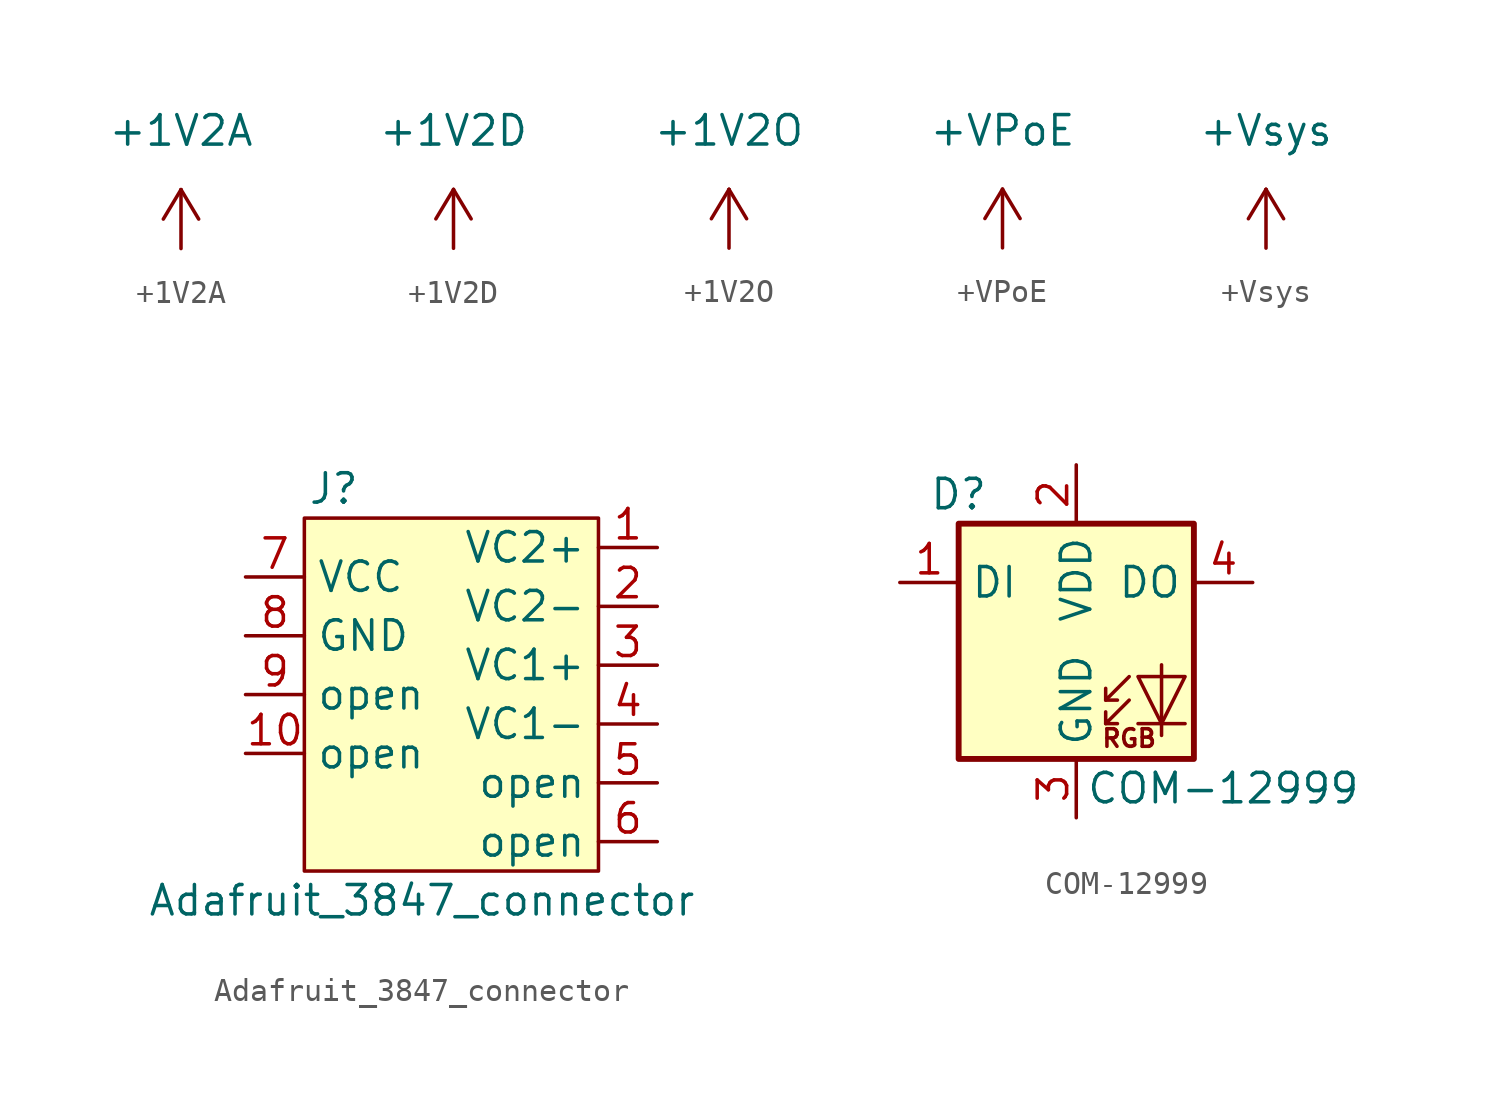
<source format=kicad_sym>
(kicad_symbol_lib
  (version 20211014)
  (generator kicad_symbol_editor)
  (symbol "+1V2A"
    (power)
    (property "Reference" "U"
      (at 2.54 1.27 0)
      (effects (font (size 1.27 1.27)) hide))
    (property "Value" "+1V2A"
      (at 0 5.08 0)
      (effects (font (size 1.27 1.27))))
    (symbol "+1V2A_0_1"
      (polyline (pts (xy 0 0) (xy 0 2.54)) (stroke (width 0) (type default) (color 0 0 0 0)) (fill (type none)))
      (polyline (pts (xy 0 2.54) (xy -0.762 1.27)) (stroke (width 0) (type default) (color 0 0 0 0)) (fill (type none)))
      (polyline (pts (xy 0 2.54) (xy 0.762 1.27)) (stroke (width 0) (type default) (color 0 0 0 0)) (fill (type none))))
    (symbol "+1V2A_1_1"
      (pin power_out line (at 0 0 90) (length 0) hide (name "+1V2A" (effects (font (size 1.27 1.27)))) (number "" (effects (font (size 1.27 1.27)))))))
  (symbol "+1V2D"
    (power)
    (property "Reference" "U"
      (at 2.54 1.27 0)
      (effects (font (size 1.27 1.27)) hide))
    (property "Value" "+1V2D"
      (at 0 5.08 0)
      (effects (font (size 1.27 1.27))))
    (symbol "+1V2D_0_1"
      (polyline (pts (xy 0 0) (xy 0 2.54)) (stroke (width 0) (type default) (color 0 0 0 0)) (fill (type none)))
      (polyline (pts (xy 0 2.54) (xy -0.762 1.27)) (stroke (width 0) (type default) (color 0 0 0 0)) (fill (type none)))
      (polyline (pts (xy 0 2.54) (xy 0.762 1.27)) (stroke (width 0) (type default) (color 0 0 0 0)) (fill (type none))))
    (symbol "+1V2D_1_1"
      (pin power_out line (at 0 0 90) (length 0) hide (name "+1V2D" (effects (font (size 1.27 1.27)))) (number "" (effects (font (size 1.27 1.27)))))))
  (symbol "+1V2O"
    (power)
    (property "Reference" "U"
      (at 2.54 1.27 0)
      (effects (font (size 1.27 1.27)) hide))
    (property "Value" "+1V2O"
      (at 0 5.08 0)
      (effects (font (size 1.27 1.27))))
    (symbol "+1V2O_0_1"
      (polyline (pts (xy 0 0) (xy 0 2.54)) (stroke (width 0) (type default) (color 0 0 0 0)) (fill (type none)))
      (polyline (pts (xy 0 2.54) (xy -0.762 1.27)) (stroke (width 0) (type default) (color 0 0 0 0)) (fill (type none)))
      (polyline (pts (xy 0 2.54) (xy 0.762 1.27)) (stroke (width 0) (type default) (color 0 0 0 0)) (fill (type none))))
    (symbol "+1V2O_1_1"
      (pin power_out line (at 0 0 90) (length 0) hide (name "+1V2O" (effects (font (size 1.27 1.27)))) (number "" (effects (font (size 1.27 1.27)))))))
  (symbol "+VPoE"
    (power)
    (property "Reference" "U"
      (at 2.54 1.27 0)
      (effects (font (size 1.27 1.27)) hide))
    (property "Value" "+VPoE"
      (at 0 5.08 0)
      (effects (font (size 1.27 1.27))))
    (symbol "+VPoE_0_1"
      (polyline (pts (xy 0 0) (xy 0 2.54)) (stroke (width 0) (type default) (color 0 0 0 0)) (fill (type none)))
      (polyline (pts (xy 0 2.54) (xy -0.762 1.27)) (stroke (width 0) (type default) (color 0 0 0 0)) (fill (type none)))
      (polyline (pts (xy 0 2.54) (xy 0.762 1.27)) (stroke (width 0) (type default) (color 0 0 0 0)) (fill (type none))))
    (symbol "+VPoE_1_1"
      (pin power_in line (at 0 0 90) (length 0) hide (name "+VPoE" (effects (font (size 1.27 1.27)))) (number "" (effects (font (size 1.27 1.27)))))))
  (symbol "+Vsys"
    (power)
    (property "Reference" "U"
      (at 2.54 1.27 0)
      (effects (font (size 1.27 1.27)) hide))
    (property "Value" "+Vsys"
      (at 0 5.08 0)
      (effects (font (size 1.27 1.27))))
    (symbol "+Vsys_0_1"
      (polyline (pts (xy 0 0) (xy 0 2.54)) (stroke (width 0) (type default) (color 0 0 0 0)) (fill (type none)))
      (polyline (pts (xy 0 2.54) (xy -0.762 1.27)) (stroke (width 0) (type default) (color 0 0 0 0)) (fill (type none)))
      (polyline (pts (xy 0 2.54) (xy 0.762 1.27)) (stroke (width 0) (type default) (color 0 0 0 0)) (fill (type none))))
    (symbol "+Vsys_1_1"
      (pin power_out line (at 0 0 90) (length 0) hide (name "+Vsys" (effects (font (size 1.27 1.27)))) (number "" (effects (font (size 1.27 1.27)))))))
  (symbol "Adafruit_3847_connector"
    (property "Reference" "J"
      (at -5.08 7.62 0)
      (effects (font (size 1.27 1.27))))
    (property "Value" "Adafruit_3847_connector"
      (at -1.27 -10.16 0)
      (effects (font (size 1.27 1.27))))
    (symbol "Adafruit_3847_connector_0_1"
      (rectangle (start -6.35 6.35) (end 6.35 -8.89) (stroke (width 0) (type default) (color 0 0 0 0)) (fill (type background))))
    (symbol "Adafruit_3847_connector_1_1"
      (pin bidirectional line (at 8.89 5.08 180) (length 2.54) (name "VC2+" (effects (font (size 1.27 1.27)))) (number "1" (effects (font (size 1.27 1.27)))))
      (pin bidirectional line (at -8.89 -3.81 0) (length 2.54) (name "open" (effects (font (size 1.27 1.27)))) (number "10" (effects (font (size 1.27 1.27)))))
      (pin bidirectional line (at 8.89 2.54 180) (length 2.54) (name "VC2-" (effects (font (size 1.27 1.27)))) (number "2" (effects (font (size 1.27 1.27)))))
      (pin bidirectional line (at 8.89 0 180) (length 2.54) (name "VC1+" (effects (font (size 1.27 1.27)))) (number "3" (effects (font (size 1.27 1.27)))))
      (pin bidirectional line (at 8.89 -2.54 180) (length 2.54) (name "VC1-" (effects (font (size 1.27 1.27)))) (number "4" (effects (font (size 1.27 1.27)))))
      (pin bidirectional line (at 8.89 -5.08 180) (length 2.54) (name "open" (effects (font (size 1.27 1.27)))) (number "5" (effects (font (size 1.27 1.27)))))
      (pin bidirectional line (at 8.89 -7.62 180) (length 2.54) (name "open" (effects (font (size 1.27 1.27)))) (number "6" (effects (font (size 1.27 1.27)))))
      (pin bidirectional line (at -8.89 3.81 0) (length 2.54) (name "VCC" (effects (font (size 1.27 1.27)))) (number "7" (effects (font (size 1.27 1.27)))))
      (pin bidirectional line (at -8.89 1.27 0) (length 2.54) (name "GND" (effects (font (size 1.27 1.27)))) (number "8" (effects (font (size 1.27 1.27)))))
      (pin bidirectional line (at -8.89 -1.27 0) (length 2.54) (name "open" (effects (font (size 1.27 1.27)))) (number "9" (effects (font (size 1.27 1.27)))))))
  (symbol "COM-12999"
    (property "Reference" "D"
      (at -5.08 6.35 0)
      (effects (font (size 1.27 1.27))))
    (property "Value" "COM-12999"
      (at 6.35 -6.35 0)
      (effects (font (size 1.27 1.27))))
    (symbol "COM-12999_0_0"
      (text "RGB" (at 2.286 -4.191 0) (effects (font (size 0.762 0.762)))))
    (symbol "COM-12999_0_1"
      (polyline (pts (xy 1.27 -3.556) (xy 1.778 -3.556)) (stroke (width 0) (type default) (color 0 0 0 0)) (fill (type none)))
      (polyline (pts (xy 1.27 -2.54) (xy 1.778 -2.54)) (stroke (width 0) (type default) (color 0 0 0 0)) (fill (type none)))
      (polyline (pts (xy 4.699 -3.556) (xy 2.667 -3.556)) (stroke (width 0) (type default) (color 0 0 0 0)) (fill (type none)))
      (polyline (pts (xy 2.286 -2.54) (xy 1.27 -3.556) (xy 1.27 -3.048)) (stroke (width 0) (type default) (color 0 0 0 0)) (fill (type none)))
      (polyline (pts (xy 2.286 -1.524) (xy 1.27 -2.54) (xy 1.27 -2.032)) (stroke (width 0) (type default) (color 0 0 0 0)) (fill (type none)))
      (polyline (pts (xy 3.683 -1.016) (xy 3.683 -3.556) (xy 3.683 -4.064)) (stroke (width 0) (type default) (color 0 0 0 0)) (fill (type none)))
      (polyline (pts (xy 4.699 -1.524) (xy 2.667 -1.524) (xy 3.683 -3.556) (xy 4.699 -1.524)) (stroke (width 0) (type default) (color 0 0 0 0)) (fill (type none)))
      (rectangle (start 5.08 5.08) (end -5.08 -5.08) (stroke (width 0.254) (type default) (color 0 0 0 0)) (fill (type background))))
    (symbol "COM-12999_1_1"
      (pin input line (at -7.62 2.54 0) (length 2.54) (name "DI" (effects (font (size 1.27 1.27)))) (number "1" (effects (font (size 1.27 1.27)))))
      (pin power_in line (at 0 7.62 270) (length 2.54) (name "VDD" (effects (font (size 1.27 1.27)))) (number "2" (effects (font (size 1.27 1.27)))))
      (pin power_in line (at 0 -7.62 90) (length 2.54) (name "GND" (effects (font (size 1.27 1.27)))) (number "3" (effects (font (size 1.27 1.27)))))
      (pin output line (at 7.62 2.54 180) (length 2.54) (name "DO" (effects (font (size 1.27 1.27)))) (number "4" (effects (font (size 1.27 1.27))))))))
</source>
